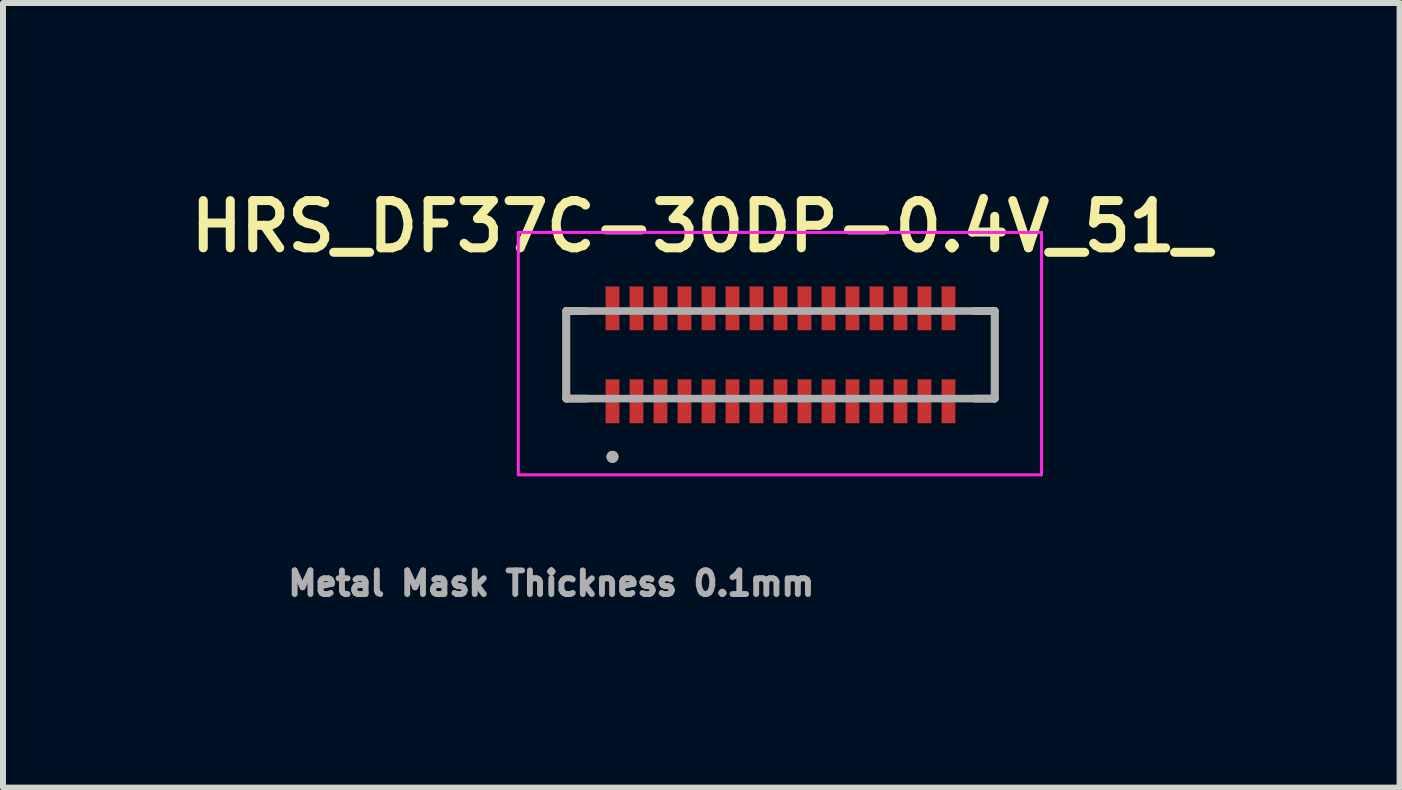
<source format=kicad_pcb>
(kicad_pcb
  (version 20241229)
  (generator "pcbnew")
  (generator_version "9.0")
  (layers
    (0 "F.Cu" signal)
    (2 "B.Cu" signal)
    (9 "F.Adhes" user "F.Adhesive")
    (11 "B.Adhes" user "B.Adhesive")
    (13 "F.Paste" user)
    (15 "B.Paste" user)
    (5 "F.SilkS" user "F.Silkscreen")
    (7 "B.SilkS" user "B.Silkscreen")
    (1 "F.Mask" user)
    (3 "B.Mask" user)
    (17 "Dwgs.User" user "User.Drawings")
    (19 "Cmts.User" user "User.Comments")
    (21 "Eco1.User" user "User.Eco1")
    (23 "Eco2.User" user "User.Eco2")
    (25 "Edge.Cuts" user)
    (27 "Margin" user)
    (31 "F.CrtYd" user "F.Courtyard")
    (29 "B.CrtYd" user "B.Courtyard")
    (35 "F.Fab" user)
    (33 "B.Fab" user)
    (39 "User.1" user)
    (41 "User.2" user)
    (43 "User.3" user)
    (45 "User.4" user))
  (footprint "HRS_DF37C-30DP-0.4V_51_"
    (layer "F.Cu")
    (at 9.959 2.864)
    (property "Reference" "HRS_DF37C-30DP-0.4V_51_" (at -1.32 -2.14 0) (layer "F.SilkS") (effects (font (size 0.787 0.787) (thickness 0.15))))
    (attr smd)
    (fp_poly (pts (xy -2.965 -1.19) (xy -2.635 -1.19) (xy -2.635 -0.36) (xy -2.965 -0.36)) (stroke (width 0.01) (type solid)) (fill yes) (layer "F.Mask"))
    (fp_poly (pts (xy -2.965 0.36) (xy -2.635 0.36) (xy -2.635 1.19) (xy -2.965 1.19)) (stroke (width 0.01) (type solid)) (fill yes) (layer "F.Mask"))
    (fp_poly (pts (xy -2.565 -1.19) (xy -2.235 -1.19) (xy -2.235 -0.36) (xy -2.565 -0.36)) (stroke (width 0.01) (type solid)) (fill yes) (layer "F.Mask"))
    (fp_poly (pts (xy -2.565 0.36) (xy -2.235 0.36) (xy -2.235 1.19) (xy -2.565 1.19)) (stroke (width 0.01) (type solid)) (fill yes) (layer "F.Mask"))
    (fp_poly (pts (xy -2.165 -1.19) (xy -1.835 -1.19) (xy -1.835 -0.36) (xy -2.165 -0.36)) (stroke (width 0.01) (type solid)) (fill yes) (layer "F.Mask"))
    (fp_poly (pts (xy -2.165 0.36) (xy -1.835 0.36) (xy -1.835 1.19) (xy -2.165 1.19)) (stroke (width 0.01) (type solid)) (fill yes) (layer "F.Mask"))
    (fp_poly (pts (xy -1.765 -1.19) (xy -1.435 -1.19) (xy -1.435 -0.36) (xy -1.765 -0.36)) (stroke (width 0.01) (type solid)) (fill yes) (layer "F.Mask"))
    (fp_poly (pts (xy -1.765 0.36) (xy -1.435 0.36) (xy -1.435 1.19) (xy -1.765 1.19)) (stroke (width 0.01) (type solid)) (fill yes) (layer "F.Mask"))
    (fp_poly (pts (xy -1.365 -1.19) (xy -1.035 -1.19) (xy -1.035 -0.36) (xy -1.365 -0.36)) (stroke (width 0.01) (type solid)) (fill yes) (layer "F.Mask"))
    (fp_poly (pts (xy -1.365 0.36) (xy -1.035 0.36) (xy -1.035 1.19) (xy -1.365 1.19)) (stroke (width 0.01) (type solid)) (fill yes) (layer "F.Mask"))
    (fp_poly (pts (xy -0.965 -1.19) (xy -0.635 -1.19) (xy -0.635 -0.36) (xy -0.965 -0.36)) (stroke (width 0.01) (type solid)) (fill yes) (layer "F.Mask"))
    (fp_poly (pts (xy -0.965 0.36) (xy -0.635 0.36) (xy -0.635 1.19) (xy -0.965 1.19)) (stroke (width 0.01) (type solid)) (fill yes) (layer "F.Mask"))
    (fp_poly (pts (xy -0.565 -1.19) (xy -0.235 -1.19) (xy -0.235 -0.36) (xy -0.565 -0.36)) (stroke (width 0.01) (type solid)) (fill yes) (layer "F.Mask"))
    (fp_poly (pts (xy -0.565 0.36) (xy -0.235 0.36) (xy -0.235 1.19) (xy -0.565 1.19)) (stroke (width 0.01) (type solid)) (fill yes) (layer "F.Mask"))
    (fp_poly (pts (xy -0.165 -1.19) (xy 0.165 -1.19) (xy 0.165 -0.36) (xy -0.165 -0.36)) (stroke (width 0.01) (type solid)) (fill yes) (layer "F.Mask"))
    (fp_poly (pts (xy -0.165 0.36) (xy 0.165 0.36) (xy 0.165 1.19) (xy -0.165 1.19)) (stroke (width 0.01) (type solid)) (fill yes) (layer "F.Mask"))
    (fp_poly (pts (xy 0.235 -1.19) (xy 0.565 -1.19) (xy 0.565 -0.36) (xy 0.235 -0.36)) (stroke (width 0.01) (type solid)) (fill yes) (layer "F.Mask"))
    (fp_poly (pts (xy 0.235 0.36) (xy 0.565 0.36) (xy 0.565 1.19) (xy 0.235 1.19)) (stroke (width 0.01) (type solid)) (fill yes) (layer "F.Mask"))
    (fp_poly (pts (xy 0.635 -1.19) (xy 0.965 -1.19) (xy 0.965 -0.36) (xy 0.635 -0.36)) (stroke (width 0.01) (type solid)) (fill yes) (layer "F.Mask"))
    (fp_poly (pts (xy 0.635 0.36) (xy 0.965 0.36) (xy 0.965 1.19) (xy 0.635 1.19)) (stroke (width 0.01) (type solid)) (fill yes) (layer "F.Mask"))
    (fp_poly (pts (xy 1.035 -1.19) (xy 1.365 -1.19) (xy 1.365 -0.36) (xy 1.035 -0.36)) (stroke (width 0.01) (type solid)) (fill yes) (layer "F.Mask"))
    (fp_poly (pts (xy 1.035 0.36) (xy 1.365 0.36) (xy 1.365 1.19) (xy 1.035 1.19)) (stroke (width 0.01) (type solid)) (fill yes) (layer "F.Mask"))
    (fp_poly (pts (xy 1.435 -1.19) (xy 1.765 -1.19) (xy 1.765 -0.36) (xy 1.435 -0.36)) (stroke (width 0.01) (type solid)) (fill yes) (layer "F.Mask"))
    (fp_poly (pts (xy 1.435 0.36) (xy 1.765 0.36) (xy 1.765 1.19) (xy 1.435 1.19)) (stroke (width 0.01) (type solid)) (fill yes) (layer "F.Mask"))
    (fp_poly (pts (xy 1.835 -1.19) (xy 2.165 -1.19) (xy 2.165 -0.36) (xy 1.835 -0.36)) (stroke (width 0.01) (type solid)) (fill yes) (layer "F.Mask"))
    (fp_poly (pts (xy 1.835 0.36) (xy 2.165 0.36) (xy 2.165 1.19) (xy 1.835 1.19)) (stroke (width 0.01) (type solid)) (fill yes) (layer "F.Mask"))
    (fp_poly (pts (xy 2.235 -1.19) (xy 2.565 -1.19) (xy 2.565 -0.36) (xy 2.235 -0.36)) (stroke (width 0.01) (type solid)) (fill yes) (layer "F.Mask"))
    (fp_poly (pts (xy 2.235 0.36) (xy 2.565 0.36) (xy 2.565 1.19) (xy 2.235 1.19)) (stroke (width 0.01) (type solid)) (fill yes) (layer "F.Mask"))
    (fp_poly (pts (xy 2.635 -1.19) (xy 2.965 -1.19) (xy 2.965 -0.36) (xy 2.635 -0.36)) (stroke (width 0.01) (type solid)) (fill yes) (layer "F.Mask"))
    (fp_poly (pts (xy 2.635 0.36) (xy 2.965 0.36) (xy 2.965 1.19) (xy 2.635 1.19)) (stroke (width 0.01) (type solid)) (fill yes) (layer "F.Mask"))
    (fp_line (start -3.57 -0.73) (end -3.57 0.73) (stroke (width 0.127) (type solid)) (layer "F.SilkS"))
    (fp_line (start -3.57 0.73) (end -3.235 0.73) (stroke (width 0.127) (type solid)) (layer "F.SilkS"))
    (fp_line (start -3.235 -0.73) (end -3.57 -0.73) (stroke (width 0.127) (type solid)) (layer "F.SilkS"))
    (fp_line (start 3.235 0.73) (end 3.57 0.73) (stroke (width 0.127) (type solid)) (layer "F.SilkS"))
    (fp_line (start 3.57 -0.73) (end 3.235 -0.73) (stroke (width 0.127) (type solid)) (layer "F.SilkS"))
    (fp_line (start 3.57 0.73) (end 3.57 -0.73) (stroke (width 0.127) (type solid)) (layer "F.SilkS"))
    (fp_circle (center -2.8 1.7) (end -2.75 1.7) (stroke (width 0.1) (type solid)) (fill no) (layer "F.SilkS"))
    (fp_poly (pts (xy -2.915 -1.26) (xy -2.685 -1.26) (xy -2.685 -0.63) (xy -2.915 -0.63)) (stroke (width 0.01) (type solid)) (fill yes) (layer "F.Paste"))
    (fp_poly (pts (xy -2.915 0.63) (xy -2.685 0.63) (xy -2.685 1.26) (xy -2.915 1.26)) (stroke (width 0.01) (type solid)) (fill yes) (layer "F.Paste"))
    (fp_poly (pts (xy -2.515 -1.26) (xy -2.285 -1.26) (xy -2.285 -0.63) (xy -2.515 -0.63)) (stroke (width 0.01) (type solid)) (fill yes) (layer "F.Paste"))
    (fp_poly (pts (xy -2.515 0.63) (xy -2.285 0.63) (xy -2.285 1.26) (xy -2.515 1.26)) (stroke (width 0.01) (type solid)) (fill yes) (layer "F.Paste"))
    (fp_poly (pts (xy -2.115 -1.26) (xy -1.885 -1.26) (xy -1.885 -0.63) (xy -2.115 -0.63)) (stroke (width 0.01) (type solid)) (fill yes) (layer "F.Paste"))
    (fp_poly (pts (xy -2.115 0.63) (xy -1.885 0.63) (xy -1.885 1.26) (xy -2.115 1.26)) (stroke (width 0.01) (type solid)) (fill yes) (layer "F.Paste"))
    (fp_poly (pts (xy -1.715 -1.26) (xy -1.485 -1.26) (xy -1.485 -0.63) (xy -1.715 -0.63)) (stroke (width 0.01) (type solid)) (fill yes) (layer "F.Paste"))
    (fp_poly (pts (xy -1.715 0.63) (xy -1.485 0.63) (xy -1.485 1.26) (xy -1.715 1.26)) (stroke (width 0.01) (type solid)) (fill yes) (layer "F.Paste"))
    (fp_poly (pts (xy -1.315 -1.26) (xy -1.085 -1.26) (xy -1.085 -0.63) (xy -1.315 -0.63)) (stroke (width 0.01) (type solid)) (fill yes) (layer "F.Paste"))
    (fp_poly (pts (xy -1.315 0.63) (xy -1.085 0.63) (xy -1.085 1.26) (xy -1.315 1.26)) (stroke (width 0.01) (type solid)) (fill yes) (layer "F.Paste"))
    (fp_poly (pts (xy -0.915 -1.26) (xy -0.685 -1.26) (xy -0.685 -0.63) (xy -0.915 -0.63)) (stroke (width 0.01) (type solid)) (fill yes) (layer "F.Paste"))
    (fp_poly (pts (xy -0.915 0.63) (xy -0.685 0.63) (xy -0.685 1.26) (xy -0.915 1.26)) (stroke (width 0.01) (type solid)) (fill yes) (layer "F.Paste"))
    (fp_poly (pts (xy -0.515 -1.26) (xy -0.285 -1.26) (xy -0.285 -0.63) (xy -0.515 -0.63)) (stroke (width 0.01) (type solid)) (fill yes) (layer "F.Paste"))
    (fp_poly (pts (xy -0.515 0.63) (xy -0.285 0.63) (xy -0.285 1.26) (xy -0.515 1.26)) (stroke (width 0.01) (type solid)) (fill yes) (layer "F.Paste"))
    (fp_poly (pts (xy -0.115 -1.26) (xy 0.115 -1.26) (xy 0.115 -0.63) (xy -0.115 -0.63)) (stroke (width 0.01) (type solid)) (fill yes) (layer "F.Paste"))
    (fp_poly (pts (xy -0.115 0.63) (xy 0.115 0.63) (xy 0.115 1.26) (xy -0.115 1.26)) (stroke (width 0.01) (type solid)) (fill yes) (layer "F.Paste"))
    (fp_poly (pts (xy 0.285 -1.26) (xy 0.515 -1.26) (xy 0.515 -0.63) (xy 0.285 -0.63)) (stroke (width 0.01) (type solid)) (fill yes) (layer "F.Paste"))
    (fp_poly (pts (xy 0.285 0.63) (xy 0.515 0.63) (xy 0.515 1.26) (xy 0.285 1.26)) (stroke (width 0.01) (type solid)) (fill yes) (layer "F.Paste"))
    (fp_poly (pts (xy 0.685 -1.26) (xy 0.915 -1.26) (xy 0.915 -0.63) (xy 0.685 -0.63)) (stroke (width 0.01) (type solid)) (fill yes) (layer "F.Paste"))
    (fp_poly (pts (xy 0.685 0.63) (xy 0.915 0.63) (xy 0.915 1.26) (xy 0.685 1.26)) (stroke (width 0.01) (type solid)) (fill yes) (layer "F.Paste"))
    (fp_poly (pts (xy 1.085 -1.26) (xy 1.315 -1.26) (xy 1.315 -0.63) (xy 1.085 -0.63)) (stroke (width 0.01) (type solid)) (fill yes) (layer "F.Paste"))
    (fp_poly (pts (xy 1.085 0.63) (xy 1.315 0.63) (xy 1.315 1.26) (xy 1.085 1.26)) (stroke (width 0.01) (type solid)) (fill yes) (layer "F.Paste"))
    (fp_poly (pts (xy 1.485 -1.26) (xy 1.715 -1.26) (xy 1.715 -0.63) (xy 1.485 -0.63)) (stroke (width 0.01) (type solid)) (fill yes) (layer "F.Paste"))
    (fp_poly (pts (xy 1.485 0.63) (xy 1.715 0.63) (xy 1.715 1.26) (xy 1.485 1.26)) (stroke (width 0.01) (type solid)) (fill yes) (layer "F.Paste"))
    (fp_poly (pts (xy 1.885 -1.26) (xy 2.115 -1.26) (xy 2.115 -0.63) (xy 1.885 -0.63)) (stroke (width 0.01) (type solid)) (fill yes) (layer "F.Paste"))
    (fp_poly (pts (xy 1.885 0.63) (xy 2.115 0.63) (xy 2.115 1.26) (xy 1.885 1.26)) (stroke (width 0.01) (type solid)) (fill yes) (layer "F.Paste"))
    (fp_poly (pts (xy 2.285 -1.26) (xy 2.515 -1.26) (xy 2.515 -0.63) (xy 2.285 -0.63)) (stroke (width 0.01) (type solid)) (fill yes) (layer "F.Paste"))
    (fp_poly (pts (xy 2.285 0.63) (xy 2.515 0.63) (xy 2.515 1.26) (xy 2.285 1.26)) (stroke (width 0.01) (type solid)) (fill yes) (layer "F.Paste"))
    (fp_poly (pts (xy 2.685 -1.26) (xy 2.915 -1.26) (xy 2.915 -0.63) (xy 2.685 -0.63)) (stroke (width 0.01) (type solid)) (fill yes) (layer "F.Paste"))
    (fp_poly (pts (xy 2.685 0.63) (xy 2.915 0.63) (xy 2.915 1.26) (xy 2.685 1.26)) (stroke (width 0.01) (type solid)) (fill yes) (layer "F.Paste"))
    (fp_line (start -4.37 -2.04) (end 4.35 -2.04) (stroke (width 0.05) (type solid)) (layer "F.CrtYd"))
    (fp_line (start -4.37 2) (end -4.37 -2.04) (stroke (width 0.05) (type solid)) (layer "F.CrtYd"))
    (fp_line (start 4.35 -2.04) (end 4.35 2) (stroke (width 0.05) (type solid)) (layer "F.CrtYd"))
    (fp_line (start 4.35 2) (end -4.37 2) (stroke (width 0.05) (type solid)) (layer "F.CrtYd"))
    (fp_line (start -3.57 -0.73) (end -3.57 0.73) (stroke (width 0.127) (type solid)) (layer "F.Fab"))
    (fp_line (start -3.57 0.73) (end 3.57 0.73) (stroke (width 0.127) (type solid)) (layer "F.Fab"))
    (fp_line (start 3.57 -0.73) (end -3.57 -0.73) (stroke (width 0.127) (type solid)) (layer "F.Fab"))
    (fp_line (start 3.57 0.73) (end 3.57 -0.73) (stroke (width 0.127) (type solid)) (layer "F.Fab"))
    (fp_circle (center -2.8 1.7) (end -2.75 1.7) (stroke (width 0.1) (type solid)) (fill no) (layer "F.Fab"))
    (fp_text user "Metal Mask Thickness 0.1mm" (at -3.82 3.81 0) (layer "F.Fab") (effects (font (size 0.394 0.394) (thickness 0.15))))
    (pad "1" smd rect (at -2.8 0.775) (size 0.23 0.73) (layers "F.Cu"))
    (pad "2" smd rect (at -2.8 -0.775) (size 0.23 0.73) (layers "F.Cu"))
    (pad "3" smd rect (at -2.4 0.775) (size 0.23 0.73) (layers "F.Cu"))
    (pad "4" smd rect (at -2.4 -0.775) (size 0.23 0.73) (layers "F.Cu"))
    (pad "5" smd rect (at -2 0.775) (size 0.23 0.73) (layers "F.Cu"))
    (pad "6" smd rect (at -2 -0.775) (size 0.23 0.73) (layers "F.Cu"))
    (pad "7" smd rect (at -1.6 0.775) (size 0.23 0.73) (layers "F.Cu"))
    (pad "8" smd rect (at -1.6 -0.775) (size 0.23 0.73) (layers "F.Cu"))
    (pad "9" smd rect (at -1.2 0.775) (size 0.23 0.73) (layers "F.Cu"))
    (pad "10" smd rect (at -1.2 -0.775) (size 0.23 0.73) (layers "F.Cu"))
    (pad "11" smd rect (at -0.8 0.775) (size 0.23 0.73) (layers "F.Cu"))
    (pad "12" smd rect (at -0.8 -0.775) (size 0.23 0.73) (layers "F.Cu"))
    (pad "13" smd rect (at -0.4 0.775) (size 0.23 0.73) (layers "F.Cu"))
    (pad "14" smd rect (at -0.4 -0.775) (size 0.23 0.73) (layers "F.Cu"))
    (pad "15" smd rect (at 0 0.775) (size 0.23 0.73) (layers "F.Cu"))
    (pad "16" smd rect (at 0 -0.775) (size 0.23 0.73) (layers "F.Cu"))
    (pad "17" smd rect (at 0.4 0.775) (size 0.23 0.73) (layers "F.Cu"))
    (pad "18" smd rect (at 0.4 -0.775) (size 0.23 0.73) (layers "F.Cu"))
    (pad "19" smd rect (at 0.8 0.775) (size 0.23 0.73) (layers "F.Cu"))
    (pad "20" smd rect (at 0.8 -0.775) (size 0.23 0.73) (layers "F.Cu"))
    (pad "21" smd rect (at 1.2 0.775) (size 0.23 0.73) (layers "F.Cu"))
    (pad "22" smd rect (at 1.2 -0.775) (size 0.23 0.73) (layers "F.Cu"))
    (pad "23" smd rect (at 1.6 0.775) (size 0.23 0.73) (layers "F.Cu"))
    (pad "24" smd rect (at 1.6 -0.775) (size 0.23 0.73) (layers "F.Cu"))
    (pad "25" smd rect (at 2 0.775) (size 0.23 0.73) (layers "F.Cu"))
    (pad "26" smd rect (at 2 -0.775) (size 0.23 0.73) (layers "F.Cu"))
    (pad "27" smd rect (at 2.4 0.775) (size 0.23 0.73) (layers "F.Cu"))
    (pad "28" smd rect (at 2.4 -0.775) (size 0.23 0.73) (layers "F.Cu"))
    (pad "29" smd rect (at 2.8 0.775) (size 0.23 0.73) (layers "F.Cu"))
    (pad "30" smd rect (at 2.8 -0.775) (size 0.23 0.73) (layers "F.Cu")))
  (gr_rect
    (start -3 -3)
    (end 20.278 10.077)
    (stroke (width 0.1) (type default))
    (fill no)
    (layer "Edge.Cuts")))
</source>
